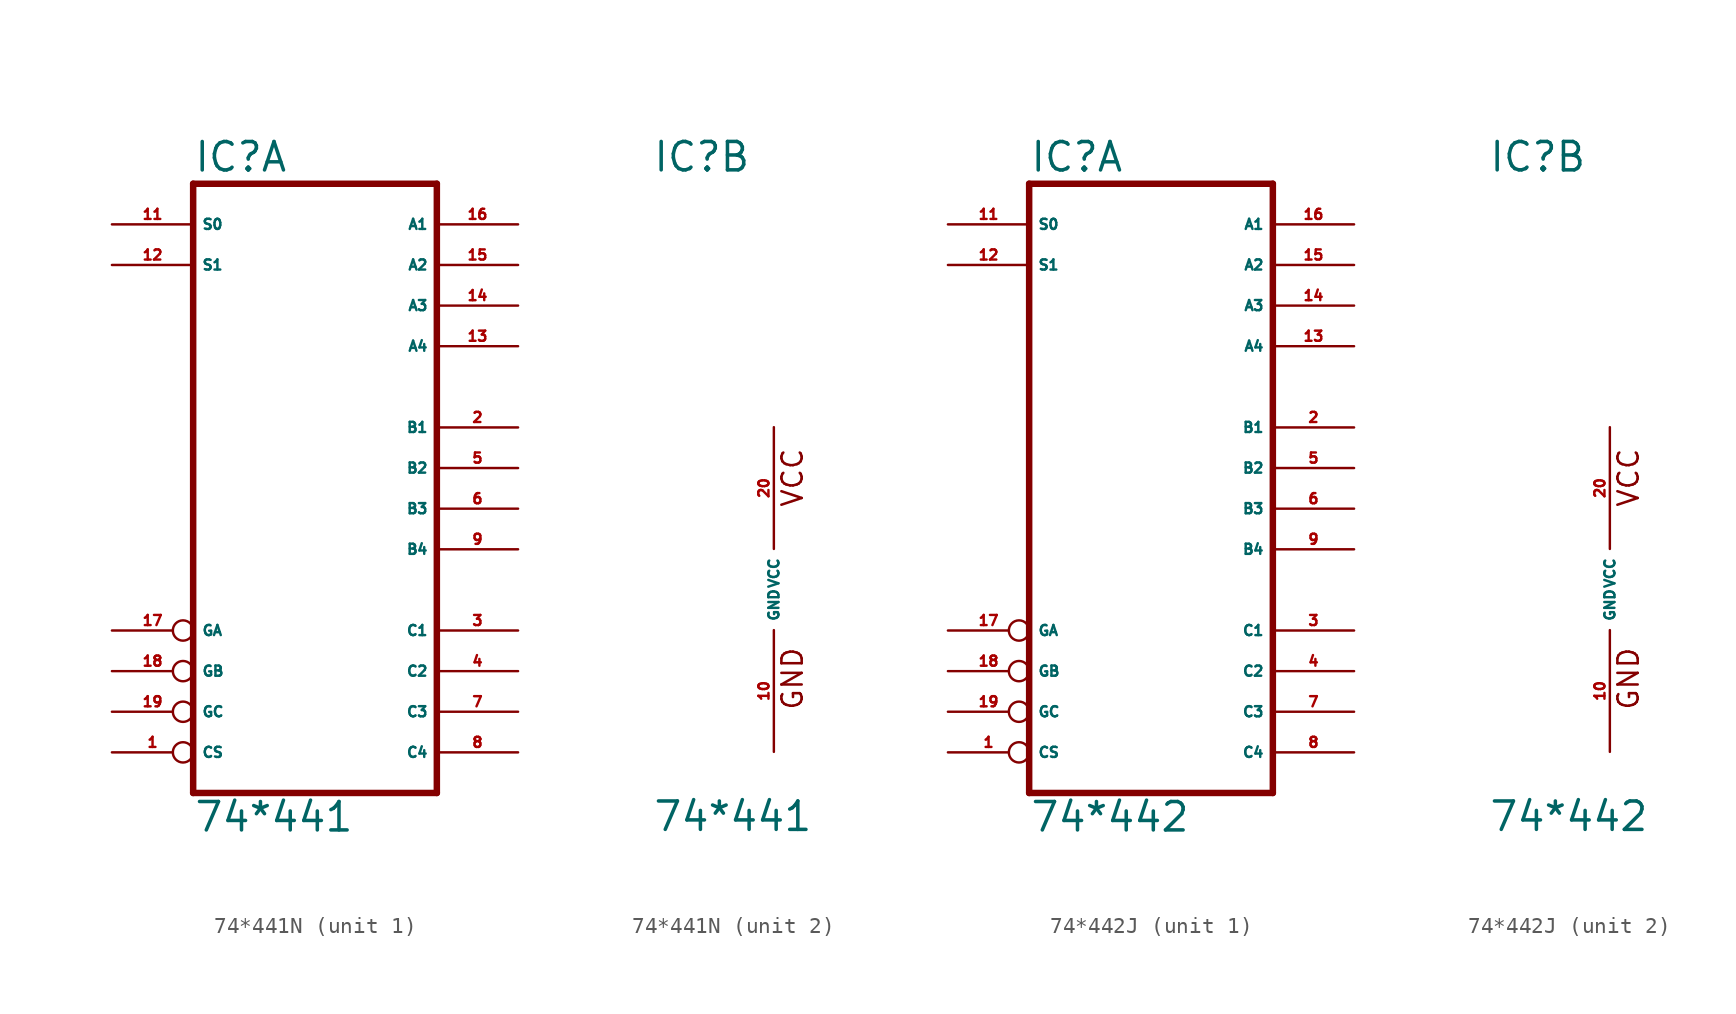
<source format=kicad_sym>
(kicad_symbol_lib
  (version 20220914)
  (generator Eagle2Kicad)
  (symbol "74*441N"
    (property "Reference" "IC"
      (at -7.62 26.035 0)
      (effects (font (size 1.778 1.778) (thickness 0.22)) (justify left bottom)))
    (property "Value" "74*441"
      (at -7.62 -15.24 0)
      (effects (font (size 1.778 1.778) (thickness 0.22)) (justify left bottom)))
    (symbol "74*441N_1_0"
      (polyline (pts (xy -7.62 -12.7) (xy 7.62 -12.7)) (stroke (width 0.406) (type default)) (fill (type none)))
      (polyline (pts (xy 7.62 -12.7) (xy 7.62 25.4)) (stroke (width 0.406) (type default)) (fill (type none)))
      (polyline (pts (xy 7.62 25.4) (xy -7.62 25.4)) (stroke (width 0.406) (type default)) (fill (type none)))
      (polyline (pts (xy -7.62 25.4) (xy -7.62 -12.7)) (stroke (width 0.406) (type default)) (fill (type none)))
      (pin input inverted (at -12.7 -10.16 0) (length 5.08) (name "CS" (effects (font (size 0.635 0.635) (thickness 0.08)) (justify left bottom))) (number "1" (effects (font (size 0.635 0.635) (thickness 0.08)) (justify left bottom))))
      (pin bidirectional line (at 12.7 10.16 180) (length 5.08) (name "B1" (effects (font (size 0.635 0.635) (thickness 0.08)) (justify left bottom))) (number "2" (effects (font (size 0.635 0.635) (thickness 0.08)) (justify left bottom))))
      (pin bidirectional line (at 12.7 -2.54 180) (length 5.08) (name "C1" (effects (font (size 0.635 0.635) (thickness 0.08)) (justify left bottom))) (number "3" (effects (font (size 0.635 0.635) (thickness 0.08)) (justify left bottom))))
      (pin bidirectional line (at 12.7 -5.08 180) (length 5.08) (name "C2" (effects (font (size 0.635 0.635) (thickness 0.08)) (justify left bottom))) (number "4" (effects (font (size 0.635 0.635) (thickness 0.08)) (justify left bottom))))
      (pin bidirectional line (at 12.7 7.62 180) (length 5.08) (name "B2" (effects (font (size 0.635 0.635) (thickness 0.08)) (justify left bottom))) (number "5" (effects (font (size 0.635 0.635) (thickness 0.08)) (justify left bottom))))
      (pin bidirectional line (at 12.7 5.08 180) (length 5.08) (name "B3" (effects (font (size 0.635 0.635) (thickness 0.08)) (justify left bottom))) (number "6" (effects (font (size 0.635 0.635) (thickness 0.08)) (justify left bottom))))
      (pin bidirectional line (at 12.7 -7.62 180) (length 5.08) (name "C3" (effects (font (size 0.635 0.635) (thickness 0.08)) (justify left bottom))) (number "7" (effects (font (size 0.635 0.635) (thickness 0.08)) (justify left bottom))))
      (pin bidirectional line (at 12.7 -10.16 180) (length 5.08) (name "C4" (effects (font (size 0.635 0.635) (thickness 0.08)) (justify left bottom))) (number "8" (effects (font (size 0.635 0.635) (thickness 0.08)) (justify left bottom))))
      (pin bidirectional line (at 12.7 2.54 180) (length 5.08) (name "B4" (effects (font (size 0.635 0.635) (thickness 0.08)) (justify left bottom))) (number "9" (effects (font (size 0.635 0.635) (thickness 0.08)) (justify left bottom))))
      (pin input line (at -12.7 22.86 0) (length 5.08) (name "S0" (effects (font (size 0.635 0.635) (thickness 0.08)) (justify left bottom))) (number "11" (effects (font (size 0.635 0.635) (thickness 0.08)) (justify left bottom))))
      (pin input line (at -12.7 20.32 0) (length 5.08) (name "S1" (effects (font (size 0.635 0.635) (thickness 0.08)) (justify left bottom))) (number "12" (effects (font (size 0.635 0.635) (thickness 0.08)) (justify left bottom))))
      (pin bidirectional line (at 12.7 15.24 180) (length 5.08) (name "A4" (effects (font (size 0.635 0.635) (thickness 0.08)) (justify left bottom))) (number "13" (effects (font (size 0.635 0.635) (thickness 0.08)) (justify left bottom))))
      (pin bidirectional line (at 12.7 17.78 180) (length 5.08) (name "A3" (effects (font (size 0.635 0.635) (thickness 0.08)) (justify left bottom))) (number "14" (effects (font (size 0.635 0.635) (thickness 0.08)) (justify left bottom))))
      (pin bidirectional line (at 12.7 20.32 180) (length 5.08) (name "A2" (effects (font (size 0.635 0.635) (thickness 0.08)) (justify left bottom))) (number "15" (effects (font (size 0.635 0.635) (thickness 0.08)) (justify left bottom))))
      (pin bidirectional line (at 12.7 22.86 180) (length 5.08) (name "A1" (effects (font (size 0.635 0.635) (thickness 0.08)) (justify left bottom))) (number "16" (effects (font (size 0.635 0.635) (thickness 0.08)) (justify left bottom))))
      (pin input inverted (at -12.7 -2.54 0) (length 5.08) (name "GA" (effects (font (size 0.635 0.635) (thickness 0.08)) (justify left bottom))) (number "17" (effects (font (size 0.635 0.635) (thickness 0.08)) (justify left bottom))))
      (pin input inverted (at -12.7 -5.08 0) (length 5.08) (name "GB" (effects (font (size 0.635 0.635) (thickness 0.08)) (justify left bottom))) (number "18" (effects (font (size 0.635 0.635) (thickness 0.08)) (justify left bottom))))
      (pin input inverted (at -12.7 -7.62 0) (length 5.08) (name "GC" (effects (font (size 0.635 0.635) (thickness 0.08)) (justify left bottom))) (number "19" (effects (font (size 0.635 0.635) (thickness 0.08)) (justify left bottom)))))
    (symbol "74*441N_2_0"
      (text "GND" (at 1.905 -7.62 900) (effects (font (size 1.27 1.27) (thickness 0.16)) (justify left bottom)))
      (text "VCC" (at 1.905 5.08 900) (effects (font (size 1.27 1.27) (thickness 0.16)) (justify left bottom)))
      (pin unspecified line (at 0 -10.16 90) (length 7.62) (name "GND" (effects (font (size 0.635 0.635) (thickness 0.08)) (justify left bottom))) (number "10" (effects (font (size 0.635 0.635) (thickness 0.08)) (justify left bottom))))
      (pin unspecified line (at 0 10.16 270) (length 7.62) (name "VCC" (effects (font (size 0.635 0.635) (thickness 0.08)) (justify left bottom))) (number "20" (effects (font (size 0.635 0.635) (thickness 0.08)) (justify left bottom))))))
  (symbol "74*442J"
    (property "Reference" "IC"
      (at -7.62 26.035 0)
      (effects (font (size 1.778 1.778) (thickness 0.22)) (justify left bottom)))
    (property "Value" "74*442"
      (at -7.62 -15.24 0)
      (effects (font (size 1.778 1.778) (thickness 0.22)) (justify left bottom)))
    (symbol "74*442J_1_0"
      (polyline (pts (xy -7.62 -12.7) (xy 7.62 -12.7)) (stroke (width 0.406) (type default)) (fill (type none)))
      (polyline (pts (xy 7.62 -12.7) (xy 7.62 25.4)) (stroke (width 0.406) (type default)) (fill (type none)))
      (polyline (pts (xy 7.62 25.4) (xy -7.62 25.4)) (stroke (width 0.406) (type default)) (fill (type none)))
      (polyline (pts (xy -7.62 25.4) (xy -7.62 -12.7)) (stroke (width 0.406) (type default)) (fill (type none)))
      (pin input inverted (at -12.7 -10.16 0) (length 5.08) (name "CS" (effects (font (size 0.635 0.635) (thickness 0.08)) (justify left bottom))) (number "1" (effects (font (size 0.635 0.635) (thickness 0.08)) (justify left bottom))))
      (pin bidirectional line (at 12.7 10.16 180) (length 5.08) (name "B1" (effects (font (size 0.635 0.635) (thickness 0.08)) (justify left bottom))) (number "2" (effects (font (size 0.635 0.635) (thickness 0.08)) (justify left bottom))))
      (pin bidirectional line (at 12.7 -2.54 180) (length 5.08) (name "C1" (effects (font (size 0.635 0.635) (thickness 0.08)) (justify left bottom))) (number "3" (effects (font (size 0.635 0.635) (thickness 0.08)) (justify left bottom))))
      (pin bidirectional line (at 12.7 -5.08 180) (length 5.08) (name "C2" (effects (font (size 0.635 0.635) (thickness 0.08)) (justify left bottom))) (number "4" (effects (font (size 0.635 0.635) (thickness 0.08)) (justify left bottom))))
      (pin bidirectional line (at 12.7 7.62 180) (length 5.08) (name "B2" (effects (font (size 0.635 0.635) (thickness 0.08)) (justify left bottom))) (number "5" (effects (font (size 0.635 0.635) (thickness 0.08)) (justify left bottom))))
      (pin bidirectional line (at 12.7 5.08 180) (length 5.08) (name "B3" (effects (font (size 0.635 0.635) (thickness 0.08)) (justify left bottom))) (number "6" (effects (font (size 0.635 0.635) (thickness 0.08)) (justify left bottom))))
      (pin bidirectional line (at 12.7 -7.62 180) (length 5.08) (name "C3" (effects (font (size 0.635 0.635) (thickness 0.08)) (justify left bottom))) (number "7" (effects (font (size 0.635 0.635) (thickness 0.08)) (justify left bottom))))
      (pin bidirectional line (at 12.7 -10.16 180) (length 5.08) (name "C4" (effects (font (size 0.635 0.635) (thickness 0.08)) (justify left bottom))) (number "8" (effects (font (size 0.635 0.635) (thickness 0.08)) (justify left bottom))))
      (pin bidirectional line (at 12.7 2.54 180) (length 5.08) (name "B4" (effects (font (size 0.635 0.635) (thickness 0.08)) (justify left bottom))) (number "9" (effects (font (size 0.635 0.635) (thickness 0.08)) (justify left bottom))))
      (pin input line (at -12.7 22.86 0) (length 5.08) (name "S0" (effects (font (size 0.635 0.635) (thickness 0.08)) (justify left bottom))) (number "11" (effects (font (size 0.635 0.635) (thickness 0.08)) (justify left bottom))))
      (pin input line (at -12.7 20.32 0) (length 5.08) (name "S1" (effects (font (size 0.635 0.635) (thickness 0.08)) (justify left bottom))) (number "12" (effects (font (size 0.635 0.635) (thickness 0.08)) (justify left bottom))))
      (pin bidirectional line (at 12.7 15.24 180) (length 5.08) (name "A4" (effects (font (size 0.635 0.635) (thickness 0.08)) (justify left bottom))) (number "13" (effects (font (size 0.635 0.635) (thickness 0.08)) (justify left bottom))))
      (pin bidirectional line (at 12.7 17.78 180) (length 5.08) (name "A3" (effects (font (size 0.635 0.635) (thickness 0.08)) (justify left bottom))) (number "14" (effects (font (size 0.635 0.635) (thickness 0.08)) (justify left bottom))))
      (pin bidirectional line (at 12.7 20.32 180) (length 5.08) (name "A2" (effects (font (size 0.635 0.635) (thickness 0.08)) (justify left bottom))) (number "15" (effects (font (size 0.635 0.635) (thickness 0.08)) (justify left bottom))))
      (pin bidirectional line (at 12.7 22.86 180) (length 5.08) (name "A1" (effects (font (size 0.635 0.635) (thickness 0.08)) (justify left bottom))) (number "16" (effects (font (size 0.635 0.635) (thickness 0.08)) (justify left bottom))))
      (pin input inverted (at -12.7 -2.54 0) (length 5.08) (name "GA" (effects (font (size 0.635 0.635) (thickness 0.08)) (justify left bottom))) (number "17" (effects (font (size 0.635 0.635) (thickness 0.08)) (justify left bottom))))
      (pin input inverted (at -12.7 -5.08 0) (length 5.08) (name "GB" (effects (font (size 0.635 0.635) (thickness 0.08)) (justify left bottom))) (number "18" (effects (font (size 0.635 0.635) (thickness 0.08)) (justify left bottom))))
      (pin input inverted (at -12.7 -7.62 0) (length 5.08) (name "GC" (effects (font (size 0.635 0.635) (thickness 0.08)) (justify left bottom))) (number "19" (effects (font (size 0.635 0.635) (thickness 0.08)) (justify left bottom)))))
    (symbol "74*442J_2_0"
      (text "GND" (at 1.905 -7.62 900) (effects (font (size 1.27 1.27) (thickness 0.16)) (justify left bottom)))
      (text "VCC" (at 1.905 5.08 900) (effects (font (size 1.27 1.27) (thickness 0.16)) (justify left bottom)))
      (pin unspecified line (at 0 -10.16 90) (length 7.62) (name "GND" (effects (font (size 0.635 0.635) (thickness 0.08)) (justify left bottom))) (number "10" (effects (font (size 0.635 0.635) (thickness 0.08)) (justify left bottom))))
      (pin unspecified line (at 0 10.16 270) (length 7.62) (name "VCC" (effects (font (size 0.635 0.635) (thickness 0.08)) (justify left bottom))) (number "20" (effects (font (size 0.635 0.635) (thickness 0.08)) (justify left bottom)))))))
</source>
